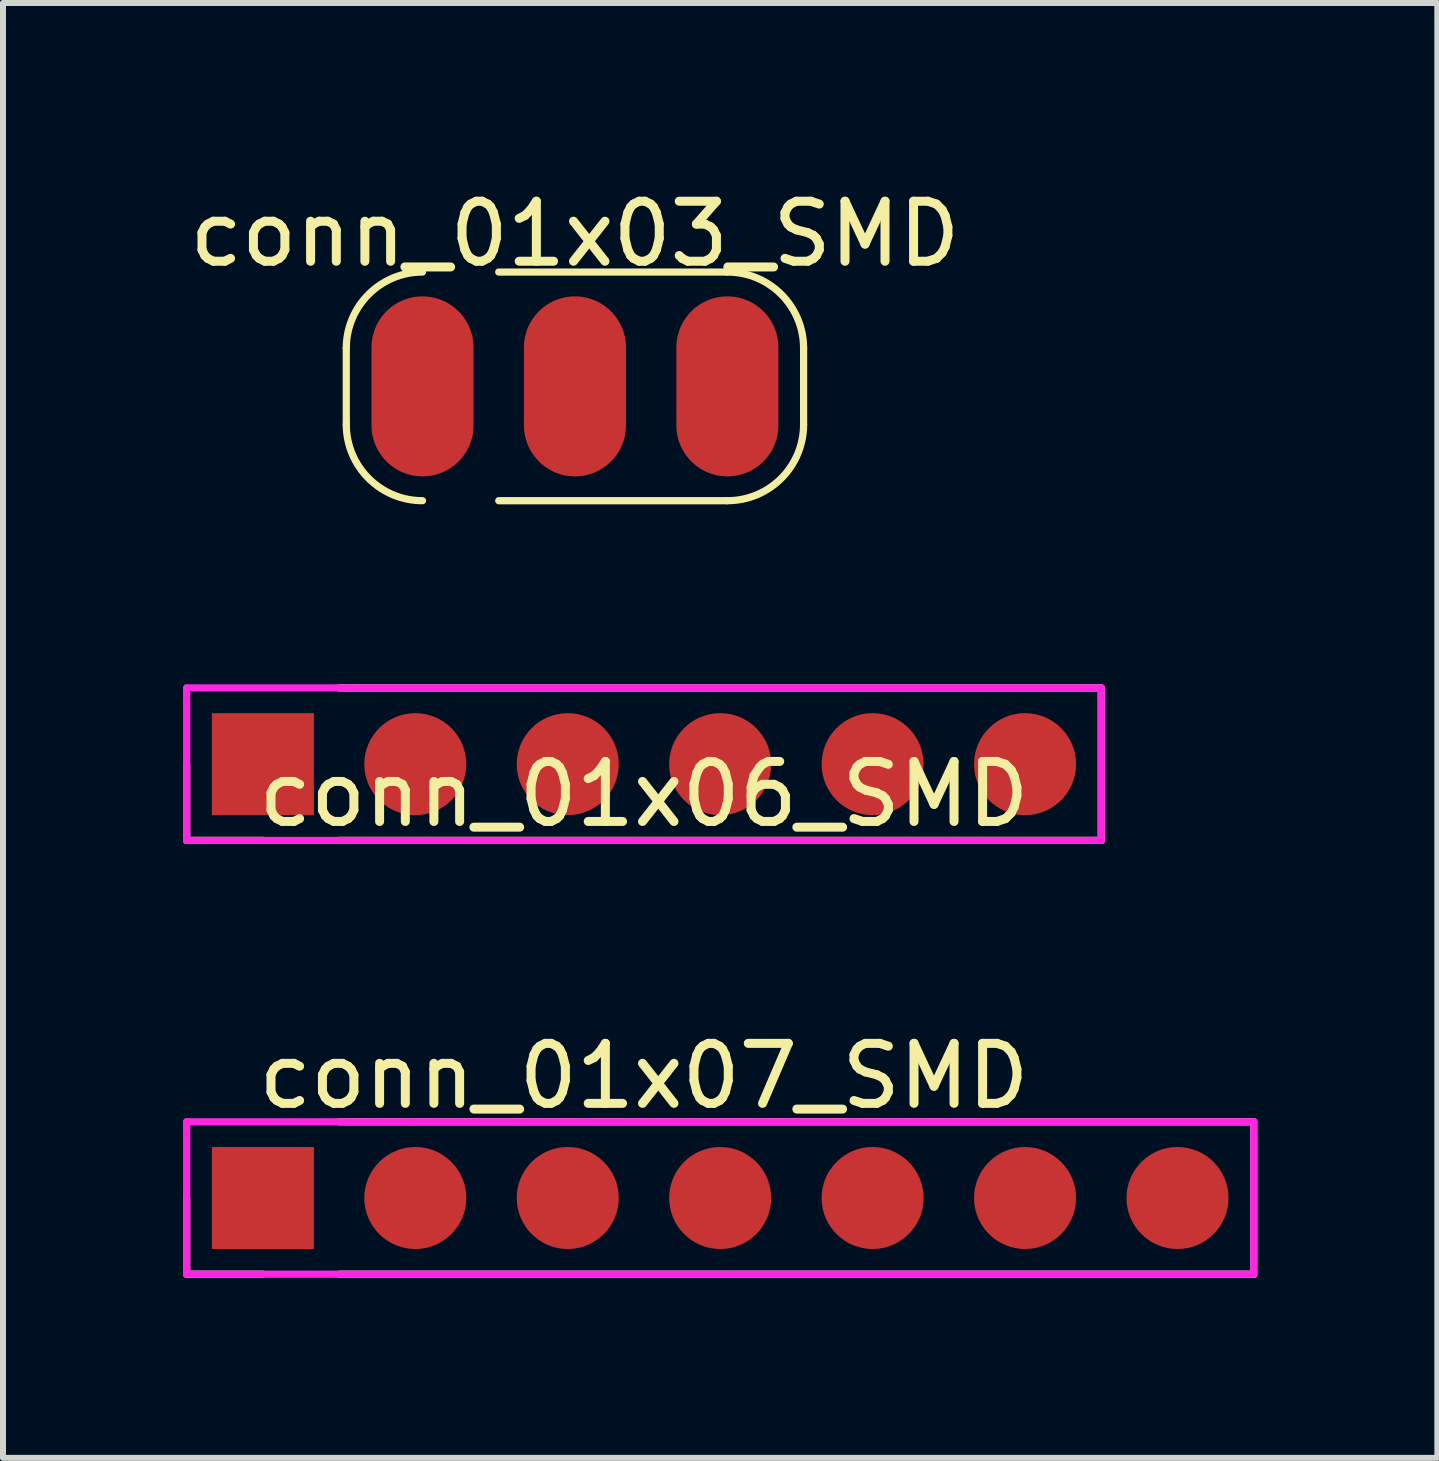
<source format=kicad_pcb>
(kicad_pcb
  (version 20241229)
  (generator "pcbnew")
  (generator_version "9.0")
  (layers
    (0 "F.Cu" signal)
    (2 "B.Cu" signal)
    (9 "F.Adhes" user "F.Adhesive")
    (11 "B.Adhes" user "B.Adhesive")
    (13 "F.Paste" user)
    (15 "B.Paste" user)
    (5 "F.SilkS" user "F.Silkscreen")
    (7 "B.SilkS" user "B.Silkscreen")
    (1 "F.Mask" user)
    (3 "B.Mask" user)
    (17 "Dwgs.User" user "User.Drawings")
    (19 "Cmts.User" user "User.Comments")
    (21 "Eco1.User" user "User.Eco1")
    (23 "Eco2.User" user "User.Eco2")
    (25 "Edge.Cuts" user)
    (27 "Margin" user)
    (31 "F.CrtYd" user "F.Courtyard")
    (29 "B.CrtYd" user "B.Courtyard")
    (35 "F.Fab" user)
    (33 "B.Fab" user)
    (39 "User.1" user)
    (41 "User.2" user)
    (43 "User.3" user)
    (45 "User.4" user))
  (footprint "conn_01x07_SMD"
    (layer "F.Cu")
    (at 8.95 16.912)
    (property "Reference" "conn_01x07_SMD" (at -1.27 -2.032 0) (layer "F.SilkS") (effects (font (size 1 1) (thickness 0.15))))
    (attr through_hole)
    (fp_line (start -8.89 1.27) (end -8.89 0) (stroke (width 0.12) (type solid)) (layer "F.SilkS"))
    (fp_line (start -7.62 1.27) (end -8.89 1.27) (stroke (width 0.12) (type solid)) (layer "F.SilkS"))
    (fp_line (start -6.35 -1.27) (end 8.89 -1.27) (stroke (width 0.12) (type solid)) (layer "F.SilkS"))
    (fp_line (start 8.89 -1.27) (end 8.89 1.27) (stroke (width 0.12) (type solid)) (layer "F.SilkS"))
    (fp_line (start 8.89 1.27) (end -6.35 1.27) (stroke (width 0.12) (type solid)) (layer "F.SilkS"))
    (fp_line (start -8.89 -1.27) (end 8.89 -1.27) (stroke (width 0.12) (type solid)) (layer "F.CrtYd"))
    (fp_line (start -8.89 1.27) (end -8.89 -1.27) (stroke (width 0.12) (type solid)) (layer "F.CrtYd"))
    (fp_line (start 8.89 -1.27) (end 8.89 1.27) (stroke (width 0.12) (type solid)) (layer "F.CrtYd"))
    (fp_line (start 8.89 1.27) (end -8.89 1.27) (stroke (width 0.12) (type solid)) (layer "F.CrtYd"))
    (pad "1" smd rect (at -7.62 0) (size 1.7 1.7) (layers "F.Cu" "F.Mask" "F.Paste"))
    (pad "2" smd circle (at -5.08 0) (size 1.7 1.7) (layers "F.Cu" "F.Mask" "F.Paste"))
    (pad "3" smd circle (at -2.54 0) (size 1.7 1.7) (layers "F.Cu" "F.Mask" "F.Paste"))
    (pad "4" smd circle (at 0 0) (size 1.7 1.7) (layers "F.Cu" "F.Mask" "F.Paste"))
    (pad "5" smd circle (at 2.54 0) (size 1.7 1.7) (layers "F.Cu" "F.Mask" "F.Paste"))
    (pad "6" smd circle (at 5.08 0) (size 1.7 1.7) (layers "F.Cu" "F.Mask" "F.Paste"))
    (pad "7" smd circle (at 7.62 0) (size 1.7 1.7) (layers "F.Cu" "F.Mask" "F.Paste")))
  (footprint "conn_01x06_SMD"
    (layer "F.Cu")
    (at 7.68 9.683)
    (property "Reference" "conn_01x06_SMD" (at 0 0.5 0) (layer "F.SilkS") (effects (font (size 1 1) (thickness 0.15))))
    (attr smd)
    (fp_line (start -7.62 1.27) (end -7.62 0) (stroke (width 0.12) (type solid)) (layer "F.SilkS"))
    (fp_line (start -6.35 1.27) (end -7.62 1.27) (stroke (width 0.12) (type solid)) (layer "F.SilkS"))
    (fp_line (start -5.08 -1.27) (end 7.62 -1.27) (stroke (width 0.12) (type solid)) (layer "F.SilkS"))
    (fp_line (start 7.62 -1.27) (end 7.62 1.27) (stroke (width 0.12) (type solid)) (layer "F.SilkS"))
    (fp_line (start 7.62 1.27) (end -5.08 1.27) (stroke (width 0.12) (type solid)) (layer "F.SilkS"))
    (fp_line (start -7.62 -1.27) (end 7.62 -1.27) (stroke (width 0.12) (type solid)) (layer "F.CrtYd"))
    (fp_line (start -7.62 1.27) (end -7.62 -1.27) (stroke (width 0.12) (type solid)) (layer "F.CrtYd"))
    (fp_line (start 7.62 -1.27) (end 7.62 1.27) (stroke (width 0.12) (type solid)) (layer "F.CrtYd"))
    (fp_line (start 7.62 1.27) (end -7.62 1.27) (stroke (width 0.12) (type solid)) (layer "F.CrtYd"))
    (pad "1" smd rect (at -6.35 0) (size 1.7 1.7) (layers "F.Cu" "F.Mask" "F.Paste"))
    (pad "2" smd circle (at -3.81 0) (size 1.7 1.7) (layers "F.Cu" "F.Mask" "F.Paste"))
    (pad "3" smd circle (at -1.27 0) (size 1.7 1.7) (layers "F.Cu" "F.Mask" "F.Paste"))
    (pad "4" smd circle (at 1.27 0) (size 1.7 1.7) (layers "F.Cu" "F.Mask" "F.Paste"))
    (pad "5" smd circle (at 3.81 0) (size 1.7 1.7) (layers "F.Cu" "F.Mask" "F.Paste"))
    (pad "6" smd circle (at 6.35 0) (size 1.7 1.7) (layers "F.Cu" "F.Mask" "F.Paste")))
  (footprint "conn_01x03_SMD"
    (layer "F.Cu")
    (at 6.53 3.388)
    (property "Reference" "conn_01x03_SMD" (at 0 -2.54 0) (layer "F.SilkS") (effects (font (size 1 1) (thickness 0.15))))
    (attr smd)
    (fp_line (start -3.81 -0.635) (end -3.81 0.635) (stroke (width 0.12) (type solid)) (layer "F.SilkS"))
    (fp_line (start 2.54 -1.905) (end -1.27 -1.905) (stroke (width 0.12) (type solid)) (layer "F.SilkS"))
    (fp_line (start 2.54 1.905) (end -1.27 1.905) (stroke (width 0.12) (type solid)) (layer "F.SilkS"))
    (fp_line (start 3.81 -0.635) (end 3.81 0.635) (stroke (width 0.12) (type solid)) (layer "F.SilkS"))
    (fp_arc (start -3.81 -0.635) (mid -3.438026 -1.533026) (end -2.54 -1.905) (stroke (width 0.12) (type solid)) (layer "F.SilkS"))
    (fp_arc (start -2.54 1.905) (mid -3.438026 1.533026) (end -3.81 0.635) (stroke (width 0.12) (type solid)) (layer "F.SilkS"))
    (fp_arc (start 2.54 -1.905) (mid 3.438026 -1.533026) (end 3.81 -0.635) (stroke (width 0.12) (type solid)) (layer "F.SilkS"))
    (fp_arc (start 3.81 0.635) (mid 3.438026 1.533026) (end 2.54 1.905) (stroke (width 0.12) (type solid)) (layer "F.SilkS"))
    (pad "1" smd oval (at -2.54 0) (size 1.7 3) (layers "F.Cu" "F.Mask" "F.Paste"))
    (pad "2" smd oval (at 0 0) (size 1.7 3) (layers "F.Cu" "F.Mask" "F.Paste"))
    (pad "3" smd oval (at 2.54 0) (size 1.7 3) (layers "F.Cu" "F.Mask" "F.Paste")))
  (gr_rect
    (start -3 -3)
    (end 20.9 21.242)
    (stroke (width 0.1) (type default))
    (fill no)
    (layer "Edge.Cuts")))
</source>
